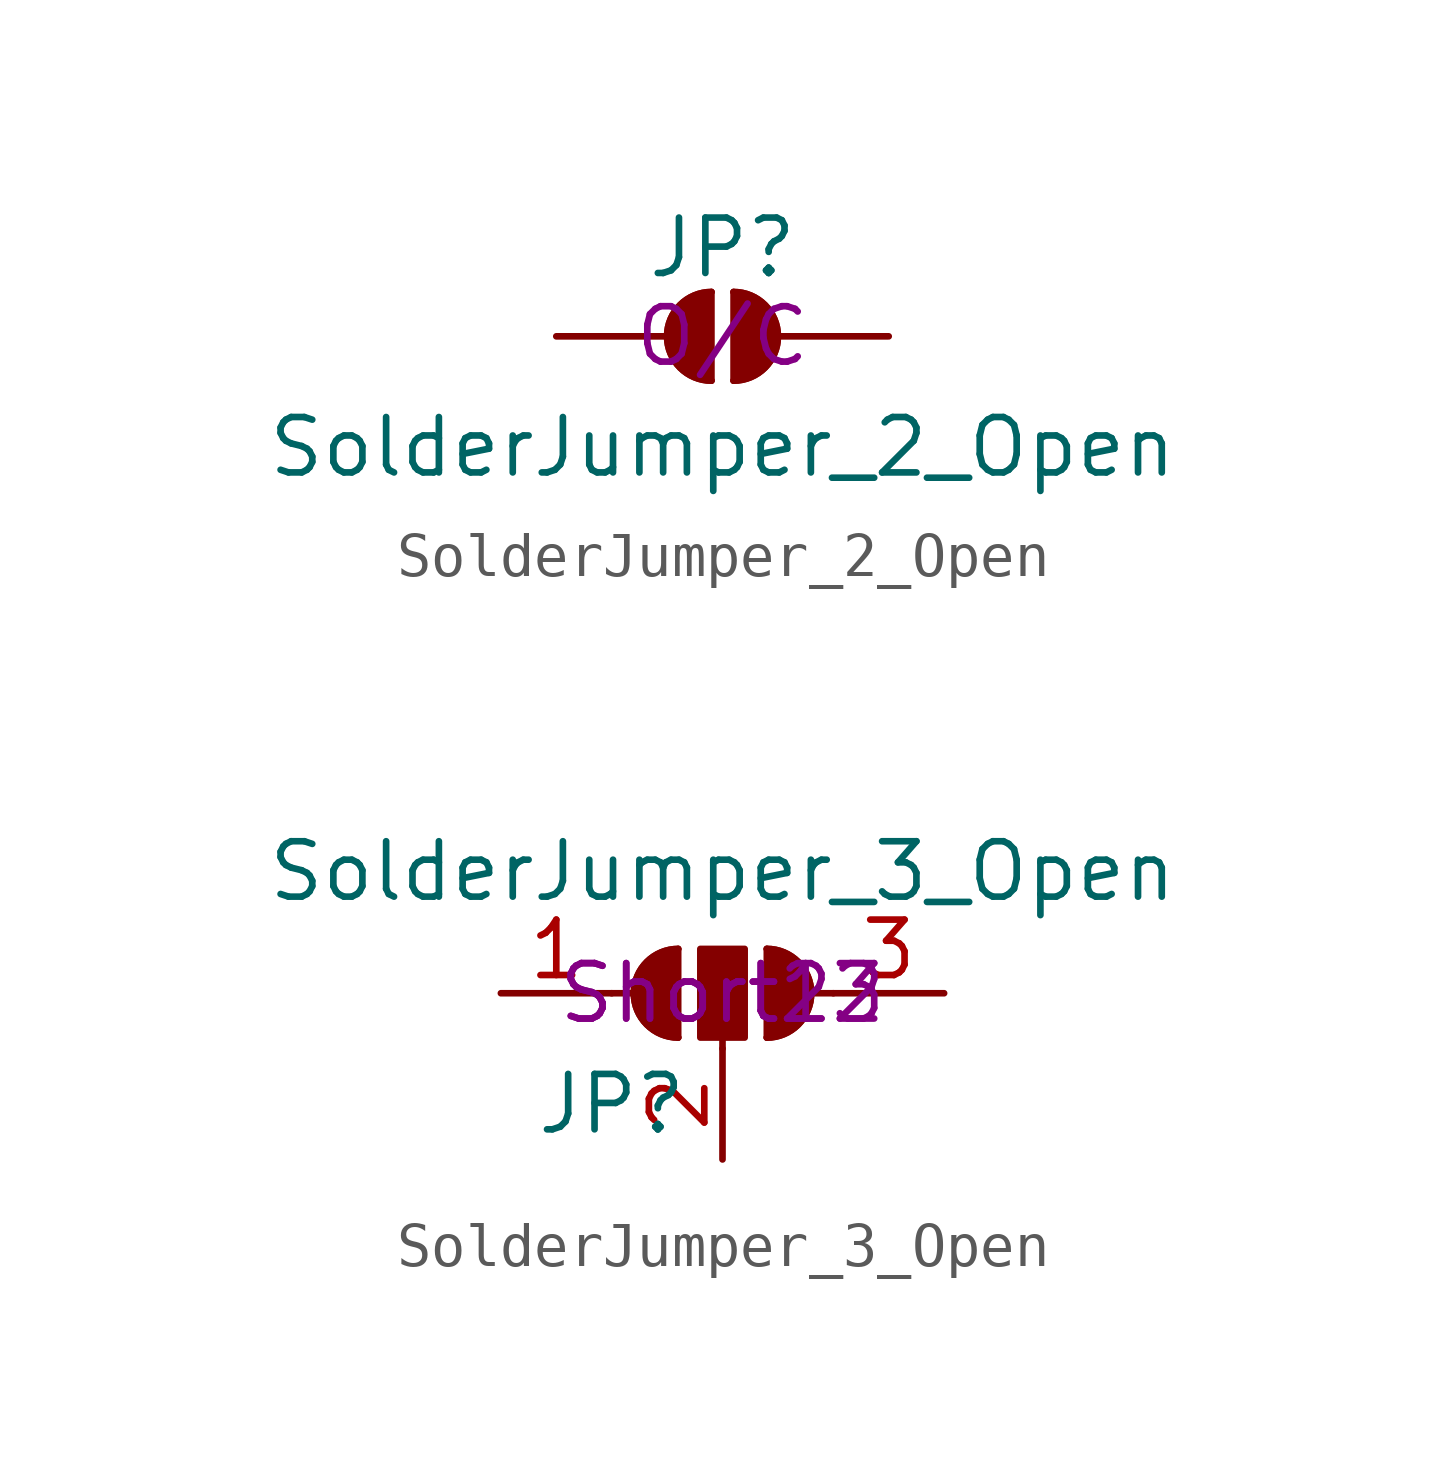
<source format=kicad_sym>
(kicad_symbol_lib
  (version 20241209)
  (generator "kicad_symbol_editor")
  (generator_version "9.0")
  (symbol "SolderJumper_2_Open"
    (pin_numbers
      (hide yes))
    (pin_names
      (offset 0)
      (hide yes))
    (property "Reference" "JP"
      (at 0 2.032 0)
      (effects (font (size 1.27 1.27))))
    (property "Value" "SolderJumper_2_Open"
      (at 0 -2.54 0)
      (effects (font (size 1.27 1.27))))
    (property "Short" "O/C"
      (at 0 0 0)
      (effects (font (size 1.27 1.27))))
    (symbol "SolderJumper_2_Open_0_1"
      (polyline (pts (xy -0.254 1.016) (xy -0.254 -1.016)) (stroke (width 0) (type default)) (fill (type none)))
      (arc (start -0.254 -1.016) (mid -1.2656 0) (end -0.254 1.016) (stroke (width 0) (type default)) (fill (type none)))
      (arc (start -0.254 -1.016) (mid -1.2656 0) (end -0.254 1.016) (stroke (width 0) (type default)) (fill (type outline)))
      (arc (start 0.254 1.016) (mid 1.2656 0) (end 0.254 -1.016) (stroke (width 0) (type default)) (fill (type none)))
      (arc (start 0.254 1.016) (mid 1.2656 0) (end 0.254 -1.016) (stroke (width 0) (type default)) (fill (type outline)))
      (polyline (pts (xy 0.254 1.016) (xy 0.254 -1.016)) (stroke (width 0) (type default)) (fill (type none))))
    (symbol "SolderJumper_2_Open_1_1"
      (pin passive line (at -3.81 0 0) (length 2.54) (name "A" (effects (font (size 1.27 1.27)))) (number "1" (effects (font (size 1.27 1.27)))))
      (pin passive line (at 3.81 0 180) (length 2.54) (name "B" (effects (font (size 1.27 1.27)))) (number "2" (effects (font (size 1.27 1.27)))))))
  (symbol "SolderJumper_3_Open"
    (pin_names
      (offset 0)
      (hide yes))
    (property "Reference" "JP"
      (at -2.54 -2.54 0)
      (effects (font (size 1.27 1.27))))
    (property "Value" "SolderJumper_3_Open"
      (at 0 2.794 0)
      (effects (font (size 1.27 1.27))))
    (property "Short12" "Short12"
      (at 0 0 0)
      (effects (font (size 1.27 1.27))))
    (property "Short23" "Short23"
      (at 0 0 0)
      (effects (font (size 1.27 1.27))))
    (symbol "SolderJumper_3_Open_0_1"
      (polyline (pts (xy -2.54 0) (xy -2.032 0)) (stroke (width 0) (type default)) (fill (type none)))
      (polyline (pts (xy -1.016 1.016) (xy -1.016 -1.016)) (stroke (width 0) (type default)) (fill (type none)))
      (arc (start -1.016 -1.016) (mid -2.0276 0) (end -1.016 1.016) (stroke (width 0) (type default)) (fill (type none)))
      (arc (start -1.016 -1.016) (mid -2.0276 0) (end -1.016 1.016) (stroke (width 0) (type default)) (fill (type outline)))
      (rectangle (start -0.508 1.016) (end 0.508 -1.016) (stroke (width 0) (type default)) (fill (type outline)))
      (polyline (pts (xy 0 -1.27) (xy 0 -1.016)) (stroke (width 0) (type default)) (fill (type none)))
      (arc (start 1.016 1.016) (mid 2.0276 0) (end 1.016 -1.016) (stroke (width 0) (type default)) (fill (type none)))
      (arc (start 1.016 1.016) (mid 2.0276 0) (end 1.016 -1.016) (stroke (width 0) (type default)) (fill (type outline)))
      (polyline (pts (xy 1.016 1.016) (xy 1.016 -1.016)) (stroke (width 0) (type default)) (fill (type none)))
      (polyline (pts (xy 2.54 0) (xy 2.032 0)) (stroke (width 0) (type default)) (fill (type none))))
    (symbol "SolderJumper_3_Open_1_1"
      (pin passive line (at -5.08 0 0) (length 2.54) (name "A" (effects (font (size 1.27 1.27)))) (number "1" (effects (font (size 1.27 1.27)))))
      (pin passive line (at 0 -3.81 90) (length 2.54) (name "C" (effects (font (size 1.27 1.27)))) (number "2" (effects (font (size 1.27 1.27)))))
      (pin passive line (at 5.08 0 180) (length 2.54) (name "B" (effects (font (size 1.27 1.27)))) (number "3" (effects (font (size 1.27 1.27))))))))
</source>
